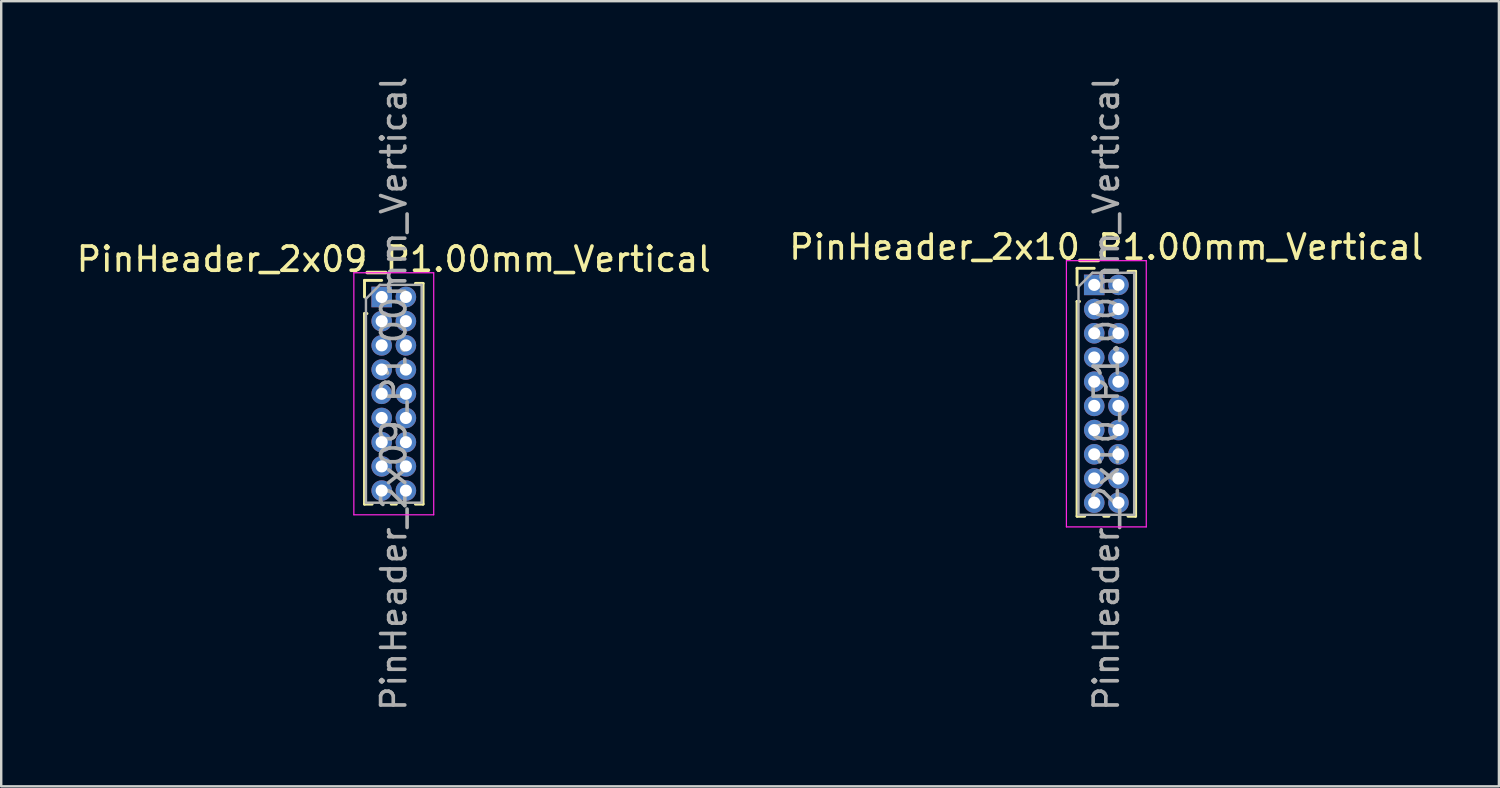
<source format=kicad_pcb>
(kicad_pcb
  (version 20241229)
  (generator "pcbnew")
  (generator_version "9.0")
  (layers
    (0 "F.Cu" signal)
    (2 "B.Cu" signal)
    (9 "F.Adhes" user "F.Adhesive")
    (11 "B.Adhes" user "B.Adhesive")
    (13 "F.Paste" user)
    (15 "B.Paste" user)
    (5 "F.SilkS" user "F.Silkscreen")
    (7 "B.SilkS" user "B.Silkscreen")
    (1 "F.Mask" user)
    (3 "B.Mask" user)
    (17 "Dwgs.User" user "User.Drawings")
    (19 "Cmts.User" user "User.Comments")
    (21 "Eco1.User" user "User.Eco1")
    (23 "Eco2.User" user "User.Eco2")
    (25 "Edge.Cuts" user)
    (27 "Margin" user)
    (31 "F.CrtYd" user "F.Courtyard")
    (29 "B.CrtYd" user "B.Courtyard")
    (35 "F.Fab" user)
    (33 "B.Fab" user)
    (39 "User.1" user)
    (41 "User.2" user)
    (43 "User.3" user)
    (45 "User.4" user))
  (footprint "PinHeader_2x10_P1.00mm_Vertical"
    (layer "F.Cu")
    (at 42.161 8.72)
    (property "Reference" "PinHeader_2x10_P1.00mm_Vertical" (at 0.5 -1.56 0) (layer "F.SilkS") (effects (font (size 1 1) (thickness 0.15))))
    (attr through_hole)
    (fp_line (start -0.71 -0.685) (end 0 -0.685) (stroke (width 0.12) (type solid)) (layer "F.SilkS"))
    (fp_line (start -0.71 0) (end -0.71 -0.685) (stroke (width 0.12) (type solid)) (layer "F.SilkS"))
    (fp_line (start -0.71 0.685) (end -0.71 9.56) (stroke (width 0.12) (type solid)) (layer "F.SilkS"))
    (fp_line (start -0.71 0.685) (end -0.608 0.685) (stroke (width 0.12) (type solid)) (layer "F.SilkS"))
    (fp_line (start -0.71 9.56) (end -0.394 9.56) (stroke (width 0.12) (type solid)) (layer "F.SilkS"))
    (fp_line (start 0.394 9.56) (end 0.606 9.56) (stroke (width 0.12) (type solid)) (layer "F.SilkS"))
    (fp_line (start 1.394 -0.56) (end 1.71 -0.56) (stroke (width 0.12) (type solid)) (layer "F.SilkS"))
    (fp_line (start 1.394 9.56) (end 1.71 9.56) (stroke (width 0.12) (type solid)) (layer "F.SilkS"))
    (fp_line (start 1.71 -0.56) (end 1.71 9.56) (stroke (width 0.12) (type solid)) (layer "F.SilkS"))
    (fp_line (start -1.15 -1) (end -1.15 10) (stroke (width 0.05) (type solid)) (layer "F.CrtYd"))
    (fp_line (start -1.15 10) (end 2.15 10) (stroke (width 0.05) (type solid)) (layer "F.CrtYd"))
    (fp_line (start 2.15 -1) (end -1.15 -1) (stroke (width 0.05) (type solid)) (layer "F.CrtYd"))
    (fp_line (start 2.15 10) (end 2.15 -1) (stroke (width 0.05) (type solid)) (layer "F.CrtYd"))
    (fp_line (start -0.65 0.075) (end -0.075 -0.5) (stroke (width 0.1) (type solid)) (layer "F.Fab"))
    (fp_line (start -0.65 9.5) (end -0.65 0.075) (stroke (width 0.1) (type solid)) (layer "F.Fab"))
    (fp_line (start -0.075 -0.5) (end 1.65 -0.5) (stroke (width 0.1) (type solid)) (layer "F.Fab"))
    (fp_line (start 1.65 -0.5) (end 1.65 9.5) (stroke (width 0.1) (type solid)) (layer "F.Fab"))
    (fp_line (start 1.65 9.5) (end -0.65 9.5) (stroke (width 0.1) (type solid)) (layer "F.Fab"))
    (fp_text user "${REFERENCE}" (at 0.5 4.5 90) (layer "F.Fab") (effects (font (size 1 1) (thickness 0.15))))
    (pad "1" thru_hole rect (at 0 0) (size 0.85 0.85) (drill 0.5) (layers "*.Cu" "*.Mask"))
    (pad "2" thru_hole oval (at 1 0) (size 0.85 0.85) (drill 0.5) (layers "*.Cu" "*.Mask"))
    (pad "3" thru_hole oval (at 0 1) (size 0.85 0.85) (drill 0.5) (layers "*.Cu" "*.Mask"))
    (pad "4" thru_hole oval (at 1 1) (size 0.85 0.85) (drill 0.5) (layers "*.Cu" "*.Mask"))
    (pad "5" thru_hole oval (at 0 2) (size 0.85 0.85) (drill 0.5) (layers "*.Cu" "*.Mask"))
    (pad "6" thru_hole oval (at 1 2) (size 0.85 0.85) (drill 0.5) (layers "*.Cu" "*.Mask"))
    (pad "7" thru_hole oval (at 0 3) (size 0.85 0.85) (drill 0.5) (layers "*.Cu" "*.Mask"))
    (pad "8" thru_hole oval (at 1 3) (size 0.85 0.85) (drill 0.5) (layers "*.Cu" "*.Mask"))
    (pad "9" thru_hole oval (at 0 4) (size 0.85 0.85) (drill 0.5) (layers "*.Cu" "*.Mask"))
    (pad "10" thru_hole oval (at 1 4) (size 0.85 0.85) (drill 0.5) (layers "*.Cu" "*.Mask"))
    (pad "11" thru_hole oval (at 0 5) (size 0.85 0.85) (drill 0.5) (layers "*.Cu" "*.Mask"))
    (pad "12" thru_hole oval (at 1 5) (size 0.85 0.85) (drill 0.5) (layers "*.Cu" "*.Mask"))
    (pad "13" thru_hole oval (at 0 6) (size 0.85 0.85) (drill 0.5) (layers "*.Cu" "*.Mask"))
    (pad "14" thru_hole oval (at 1 6) (size 0.85 0.85) (drill 0.5) (layers "*.Cu" "*.Mask"))
    (pad "15" thru_hole oval (at 0 7) (size 0.85 0.85) (drill 0.5) (layers "*.Cu" "*.Mask"))
    (pad "16" thru_hole oval (at 1 7) (size 0.85 0.85) (drill 0.5) (layers "*.Cu" "*.Mask"))
    (pad "17" thru_hole oval (at 0 8) (size 0.85 0.85) (drill 0.5) (layers "*.Cu" "*.Mask"))
    (pad "18" thru_hole oval (at 1 8) (size 0.85 0.85) (drill 0.5) (layers "*.Cu" "*.Mask"))
    (pad "19" thru_hole oval (at 0 9) (size 0.85 0.85) (drill 0.5) (layers "*.Cu" "*.Mask"))
    (pad "20" thru_hole oval (at 1 9) (size 0.85 0.85) (drill 0.5) (layers "*.Cu" "*.Mask")))
  (footprint "PinHeader_2x09_P1.00mm_Vertical"
    (layer "F.Cu")
    (at 12.72 9.22)
    (property "Reference" "PinHeader_2x09_P1.00mm_Vertical" (at 0.5 -1.56 0) (layer "F.SilkS") (effects (font (size 1 1) (thickness 0.15))))
    (attr through_hole)
    (fp_line (start -0.71 -0.685) (end 0 -0.685) (stroke (width 0.12) (type solid)) (layer "F.SilkS"))
    (fp_line (start -0.71 0) (end -0.71 -0.685) (stroke (width 0.12) (type solid)) (layer "F.SilkS"))
    (fp_line (start -0.71 0.685) (end -0.71 8.56) (stroke (width 0.12) (type solid)) (layer "F.SilkS"))
    (fp_line (start -0.71 0.685) (end -0.608 0.685) (stroke (width 0.12) (type solid)) (layer "F.SilkS"))
    (fp_line (start -0.71 8.56) (end -0.394 8.56) (stroke (width 0.12) (type solid)) (layer "F.SilkS"))
    (fp_line (start 0.394 8.56) (end 0.606 8.56) (stroke (width 0.12) (type solid)) (layer "F.SilkS"))
    (fp_line (start 1.394 -0.56) (end 1.71 -0.56) (stroke (width 0.12) (type solid)) (layer "F.SilkS"))
    (fp_line (start 1.394 8.56) (end 1.71 8.56) (stroke (width 0.12) (type solid)) (layer "F.SilkS"))
    (fp_line (start 1.71 -0.56) (end 1.71 8.56) (stroke (width 0.12) (type solid)) (layer "F.SilkS"))
    (fp_line (start -1.15 -1) (end -1.15 9) (stroke (width 0.05) (type solid)) (layer "F.CrtYd"))
    (fp_line (start -1.15 9) (end 2.15 9) (stroke (width 0.05) (type solid)) (layer "F.CrtYd"))
    (fp_line (start 2.15 -1) (end -1.15 -1) (stroke (width 0.05) (type solid)) (layer "F.CrtYd"))
    (fp_line (start 2.15 9) (end 2.15 -1) (stroke (width 0.05) (type solid)) (layer "F.CrtYd"))
    (fp_line (start -0.65 0.075) (end -0.075 -0.5) (stroke (width 0.1) (type solid)) (layer "F.Fab"))
    (fp_line (start -0.65 8.5) (end -0.65 0.075) (stroke (width 0.1) (type solid)) (layer "F.Fab"))
    (fp_line (start -0.075 -0.5) (end 1.65 -0.5) (stroke (width 0.1) (type solid)) (layer "F.Fab"))
    (fp_line (start 1.65 -0.5) (end 1.65 8.5) (stroke (width 0.1) (type solid)) (layer "F.Fab"))
    (fp_line (start 1.65 8.5) (end -0.65 8.5) (stroke (width 0.1) (type solid)) (layer "F.Fab"))
    (fp_text user "${REFERENCE}" (at 0.5 4 90) (layer "F.Fab") (effects (font (size 1 1) (thickness 0.15))))
    (pad "1" thru_hole rect (at 0 0) (size 0.85 0.85) (drill 0.5) (layers "*.Cu" "*.Mask"))
    (pad "2" thru_hole oval (at 1 0) (size 0.85 0.85) (drill 0.5) (layers "*.Cu" "*.Mask"))
    (pad "3" thru_hole oval (at 0 1) (size 0.85 0.85) (drill 0.5) (layers "*.Cu" "*.Mask"))
    (pad "4" thru_hole oval (at 1 1) (size 0.85 0.85) (drill 0.5) (layers "*.Cu" "*.Mask"))
    (pad "5" thru_hole oval (at 0 2) (size 0.85 0.85) (drill 0.5) (layers "*.Cu" "*.Mask"))
    (pad "6" thru_hole oval (at 1 2) (size 0.85 0.85) (drill 0.5) (layers "*.Cu" "*.Mask"))
    (pad "7" thru_hole oval (at 0 3) (size 0.85 0.85) (drill 0.5) (layers "*.Cu" "*.Mask"))
    (pad "8" thru_hole oval (at 1 3) (size 0.85 0.85) (drill 0.5) (layers "*.Cu" "*.Mask"))
    (pad "9" thru_hole oval (at 0 4) (size 0.85 0.85) (drill 0.5) (layers "*.Cu" "*.Mask"))
    (pad "10" thru_hole oval (at 1 4) (size 0.85 0.85) (drill 0.5) (layers "*.Cu" "*.Mask"))
    (pad "11" thru_hole oval (at 0 5) (size 0.85 0.85) (drill 0.5) (layers "*.Cu" "*.Mask"))
    (pad "12" thru_hole oval (at 1 5) (size 0.85 0.85) (drill 0.5) (layers "*.Cu" "*.Mask"))
    (pad "13" thru_hole oval (at 0 6) (size 0.85 0.85) (drill 0.5) (layers "*.Cu" "*.Mask"))
    (pad "14" thru_hole oval (at 1 6) (size 0.85 0.85) (drill 0.5) (layers "*.Cu" "*.Mask"))
    (pad "15" thru_hole oval (at 0 7) (size 0.85 0.85) (drill 0.5) (layers "*.Cu" "*.Mask"))
    (pad "16" thru_hole oval (at 1 7) (size 0.85 0.85) (drill 0.5) (layers "*.Cu" "*.Mask"))
    (pad "17" thru_hole oval (at 0 8) (size 0.85 0.85) (drill 0.5) (layers "*.Cu" "*.Mask"))
    (pad "18" thru_hole oval (at 1 8) (size 0.85 0.85) (drill 0.5) (layers "*.Cu" "*.Mask")))
  (gr_rect
    (start -3 -3)
    (end 58.881 29.44)
    (stroke (width 0.1) (type default))
    (fill no)
    (layer "Edge.Cuts")))
</source>
